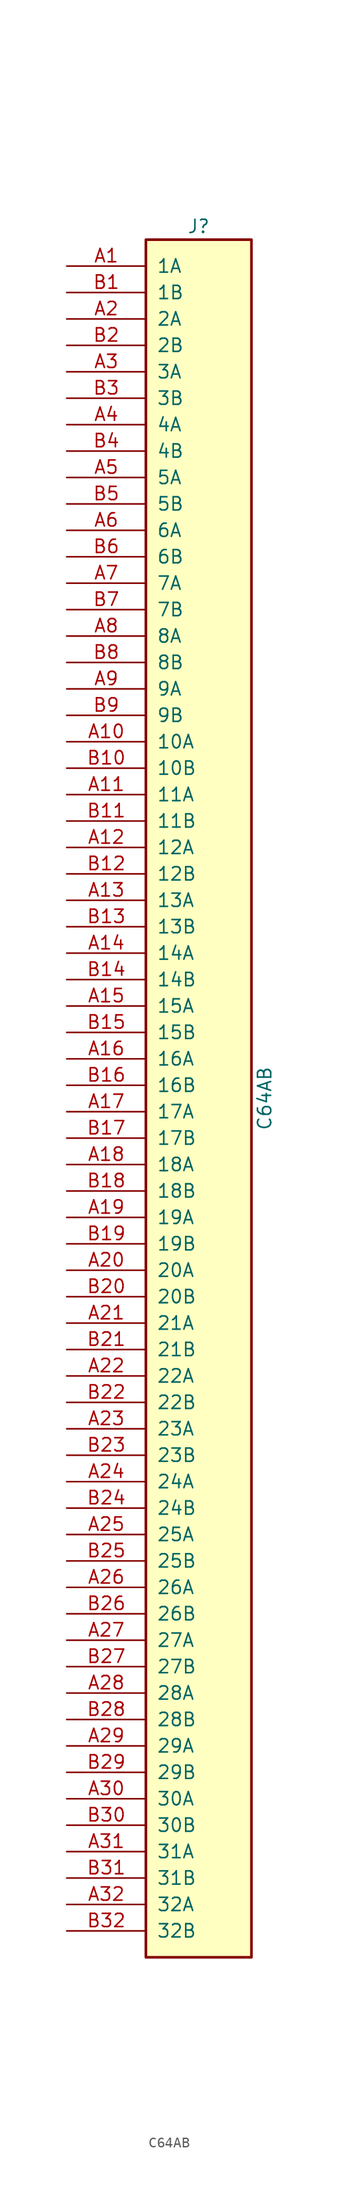
<source format=kicad_sym>
(kicad_symbol_lib
  (version 20211014)
  (generator kicad_symbol_editor)
  (symbol "C64AB"
    (pin_names
      (offset 1.016))
    (property "Reference" "J"
      (at 0 83.82 0)
      (effects (font (size 1.27 1.27))))
    (property "Value" "C64AB"
      (at 6.35 0 90)
      (effects (font (size 1.27 1.27))))
    (symbol "C64AB_0_1"
      (rectangle (start -5.08 -82.55) (end 5.08 82.55) (stroke (width 0.254) (type default) (color 0 0 0 0)) (fill (type background))))
    (symbol "C64AB_1_1"
      (pin passive line (at -12.7 80.01 0) (length 7.62) (name "1A" (effects (font (size 1.27 1.27)))) (number "A1" (effects (font (size 1.27 1.27)))))
      (pin passive line (at -12.7 34.29 0) (length 7.62) (name "10A" (effects (font (size 1.27 1.27)))) (number "A10" (effects (font (size 1.27 1.27)))))
      (pin passive line (at -12.7 29.21 0) (length 7.62) (name "11A" (effects (font (size 1.27 1.27)))) (number "A11" (effects (font (size 1.27 1.27)))))
      (pin passive line (at -12.7 24.13 0) (length 7.62) (name "12A" (effects (font (size 1.27 1.27)))) (number "A12" (effects (font (size 1.27 1.27)))))
      (pin passive line (at -12.7 19.05 0) (length 7.62) (name "13A" (effects (font (size 1.27 1.27)))) (number "A13" (effects (font (size 1.27 1.27)))))
      (pin passive line (at -12.7 13.97 0) (length 7.62) (name "14A" (effects (font (size 1.27 1.27)))) (number "A14" (effects (font (size 1.27 1.27)))))
      (pin passive line (at -12.7 8.89 0) (length 7.62) (name "15A" (effects (font (size 1.27 1.27)))) (number "A15" (effects (font (size 1.27 1.27)))))
      (pin passive line (at -12.7 3.81 0) (length 7.62) (name "16A" (effects (font (size 1.27 1.27)))) (number "A16" (effects (font (size 1.27 1.27)))))
      (pin passive line (at -12.7 -1.27 0) (length 7.62) (name "17A" (effects (font (size 1.27 1.27)))) (number "A17" (effects (font (size 1.27 1.27)))))
      (pin passive line (at -12.7 -6.35 0) (length 7.62) (name "18A" (effects (font (size 1.27 1.27)))) (number "A18" (effects (font (size 1.27 1.27)))))
      (pin passive line (at -12.7 -11.43 0) (length 7.62) (name "19A" (effects (font (size 1.27 1.27)))) (number "A19" (effects (font (size 1.27 1.27)))))
      (pin passive line (at -12.7 74.93 0) (length 7.62) (name "2A" (effects (font (size 1.27 1.27)))) (number "A2" (effects (font (size 1.27 1.27)))))
      (pin passive line (at -12.7 -16.51 0) (length 7.62) (name "20A" (effects (font (size 1.27 1.27)))) (number "A20" (effects (font (size 1.27 1.27)))))
      (pin passive line (at -12.7 -21.59 0) (length 7.62) (name "21A" (effects (font (size 1.27 1.27)))) (number "A21" (effects (font (size 1.27 1.27)))))
      (pin passive line (at -12.7 -26.67 0) (length 7.62) (name "22A" (effects (font (size 1.27 1.27)))) (number "A22" (effects (font (size 1.27 1.27)))))
      (pin passive line (at -12.7 -31.75 0) (length 7.62) (name "23A" (effects (font (size 1.27 1.27)))) (number "A23" (effects (font (size 1.27 1.27)))))
      (pin passive line (at -12.7 -36.83 0) (length 7.62) (name "24A" (effects (font (size 1.27 1.27)))) (number "A24" (effects (font (size 1.27 1.27)))))
      (pin passive line (at -12.7 -41.91 0) (length 7.62) (name "25A" (effects (font (size 1.27 1.27)))) (number "A25" (effects (font (size 1.27 1.27)))))
      (pin passive line (at -12.7 -46.99 0) (length 7.62) (name "26A" (effects (font (size 1.27 1.27)))) (number "A26" (effects (font (size 1.27 1.27)))))
      (pin passive line (at -12.7 -52.07 0) (length 7.62) (name "27A" (effects (font (size 1.27 1.27)))) (number "A27" (effects (font (size 1.27 1.27)))))
      (pin passive line (at -12.7 -57.15 0) (length 7.62) (name "28A" (effects (font (size 1.27 1.27)))) (number "A28" (effects (font (size 1.27 1.27)))))
      (pin passive line (at -12.7 -62.23 0) (length 7.62) (name "29A" (effects (font (size 1.27 1.27)))) (number "A29" (effects (font (size 1.27 1.27)))))
      (pin passive line (at -12.7 69.85 0) (length 7.62) (name "3A" (effects (font (size 1.27 1.27)))) (number "A3" (effects (font (size 1.27 1.27)))))
      (pin passive line (at -12.7 -67.31 0) (length 7.62) (name "30A" (effects (font (size 1.27 1.27)))) (number "A30" (effects (font (size 1.27 1.27)))))
      (pin passive line (at -12.7 -72.39 0) (length 7.62) (name "31A" (effects (font (size 1.27 1.27)))) (number "A31" (effects (font (size 1.27 1.27)))))
      (pin passive line (at -12.7 -77.47 0) (length 7.62) (name "32A" (effects (font (size 1.27 1.27)))) (number "A32" (effects (font (size 1.27 1.27)))))
      (pin passive line (at -12.7 64.77 0) (length 7.62) (name "4A" (effects (font (size 1.27 1.27)))) (number "A4" (effects (font (size 1.27 1.27)))))
      (pin passive line (at -12.7 59.69 0) (length 7.62) (name "5A" (effects (font (size 1.27 1.27)))) (number "A5" (effects (font (size 1.27 1.27)))))
      (pin passive line (at -12.7 54.61 0) (length 7.62) (name "6A" (effects (font (size 1.27 1.27)))) (number "A6" (effects (font (size 1.27 1.27)))))
      (pin passive line (at -12.7 49.53 0) (length 7.62) (name "7A" (effects (font (size 1.27 1.27)))) (number "A7" (effects (font (size 1.27 1.27)))))
      (pin passive line (at -12.7 44.45 0) (length 7.62) (name "8A" (effects (font (size 1.27 1.27)))) (number "A8" (effects (font (size 1.27 1.27)))))
      (pin passive line (at -12.7 39.37 0) (length 7.62) (name "9A" (effects (font (size 1.27 1.27)))) (number "A9" (effects (font (size 1.27 1.27)))))
      (pin passive line (at -12.7 77.47 0) (length 7.62) (name "1B" (effects (font (size 1.27 1.27)))) (number "B1" (effects (font (size 1.27 1.27)))))
      (pin passive line (at -12.7 31.75 0) (length 7.62) (name "10B" (effects (font (size 1.27 1.27)))) (number "B10" (effects (font (size 1.27 1.27)))))
      (pin passive line (at -12.7 26.67 0) (length 7.62) (name "11B" (effects (font (size 1.27 1.27)))) (number "B11" (effects (font (size 1.27 1.27)))))
      (pin passive line (at -12.7 21.59 0) (length 7.62) (name "12B" (effects (font (size 1.27 1.27)))) (number "B12" (effects (font (size 1.27 1.27)))))
      (pin passive line (at -12.7 16.51 0) (length 7.62) (name "13B" (effects (font (size 1.27 1.27)))) (number "B13" (effects (font (size 1.27 1.27)))))
      (pin passive line (at -12.7 11.43 0) (length 7.62) (name "14B" (effects (font (size 1.27 1.27)))) (number "B14" (effects (font (size 1.27 1.27)))))
      (pin passive line (at -12.7 6.35 0) (length 7.62) (name "15B" (effects (font (size 1.27 1.27)))) (number "B15" (effects (font (size 1.27 1.27)))))
      (pin passive line (at -12.7 1.27 0) (length 7.62) (name "16B" (effects (font (size 1.27 1.27)))) (number "B16" (effects (font (size 1.27 1.27)))))
      (pin passive line (at -12.7 -3.81 0) (length 7.62) (name "17B" (effects (font (size 1.27 1.27)))) (number "B17" (effects (font (size 1.27 1.27)))))
      (pin passive line (at -12.7 -8.89 0) (length 7.62) (name "18B" (effects (font (size 1.27 1.27)))) (number "B18" (effects (font (size 1.27 1.27)))))
      (pin passive line (at -12.7 -13.97 0) (length 7.62) (name "19B" (effects (font (size 1.27 1.27)))) (number "B19" (effects (font (size 1.27 1.27)))))
      (pin passive line (at -12.7 72.39 0) (length 7.62) (name "2B" (effects (font (size 1.27 1.27)))) (number "B2" (effects (font (size 1.27 1.27)))))
      (pin passive line (at -12.7 -19.05 0) (length 7.62) (name "20B" (effects (font (size 1.27 1.27)))) (number "B20" (effects (font (size 1.27 1.27)))))
      (pin passive line (at -12.7 -24.13 0) (length 7.62) (name "21B" (effects (font (size 1.27 1.27)))) (number "B21" (effects (font (size 1.27 1.27)))))
      (pin passive line (at -12.7 -29.21 0) (length 7.62) (name "22B" (effects (font (size 1.27 1.27)))) (number "B22" (effects (font (size 1.27 1.27)))))
      (pin passive line (at -12.7 -34.29 0) (length 7.62) (name "23B" (effects (font (size 1.27 1.27)))) (number "B23" (effects (font (size 1.27 1.27)))))
      (pin passive line (at -12.7 -39.37 0) (length 7.62) (name "24B" (effects (font (size 1.27 1.27)))) (number "B24" (effects (font (size 1.27 1.27)))))
      (pin passive line (at -12.7 -44.45 0) (length 7.62) (name "25B" (effects (font (size 1.27 1.27)))) (number "B25" (effects (font (size 1.27 1.27)))))
      (pin passive line (at -12.7 -49.53 0) (length 7.62) (name "26B" (effects (font (size 1.27 1.27)))) (number "B26" (effects (font (size 1.27 1.27)))))
      (pin passive line (at -12.7 -54.61 0) (length 7.62) (name "27B" (effects (font (size 1.27 1.27)))) (number "B27" (effects (font (size 1.27 1.27)))))
      (pin passive line (at -12.7 -59.69 0) (length 7.62) (name "28B" (effects (font (size 1.27 1.27)))) (number "B28" (effects (font (size 1.27 1.27)))))
      (pin passive line (at -12.7 -64.77 0) (length 7.62) (name "29B" (effects (font (size 1.27 1.27)))) (number "B29" (effects (font (size 1.27 1.27)))))
      (pin passive line (at -12.7 67.31 0) (length 7.62) (name "3B" (effects (font (size 1.27 1.27)))) (number "B3" (effects (font (size 1.27 1.27)))))
      (pin passive line (at -12.7 -69.85 0) (length 7.62) (name "30B" (effects (font (size 1.27 1.27)))) (number "B30" (effects (font (size 1.27 1.27)))))
      (pin passive line (at -12.7 -74.93 0) (length 7.62) (name "31B" (effects (font (size 1.27 1.27)))) (number "B31" (effects (font (size 1.27 1.27)))))
      (pin passive line (at -12.7 -80.01 0) (length 7.62) (name "32B" (effects (font (size 1.27 1.27)))) (number "B32" (effects (font (size 1.27 1.27)))))
      (pin passive line (at -12.7 62.23 0) (length 7.62) (name "4B" (effects (font (size 1.27 1.27)))) (number "B4" (effects (font (size 1.27 1.27)))))
      (pin passive line (at -12.7 57.15 0) (length 7.62) (name "5B" (effects (font (size 1.27 1.27)))) (number "B5" (effects (font (size 1.27 1.27)))))
      (pin passive line (at -12.7 52.07 0) (length 7.62) (name "6B" (effects (font (size 1.27 1.27)))) (number "B6" (effects (font (size 1.27 1.27)))))
      (pin passive line (at -12.7 46.99 0) (length 7.62) (name "7B" (effects (font (size 1.27 1.27)))) (number "B7" (effects (font (size 1.27 1.27)))))
      (pin passive line (at -12.7 41.91 0) (length 7.62) (name "8B" (effects (font (size 1.27 1.27)))) (number "B8" (effects (font (size 1.27 1.27)))))
      (pin passive line (at -12.7 36.83 0) (length 7.62) (name "9B" (effects (font (size 1.27 1.27)))) (number "B9" (effects (font (size 1.27 1.27))))))))
</source>
